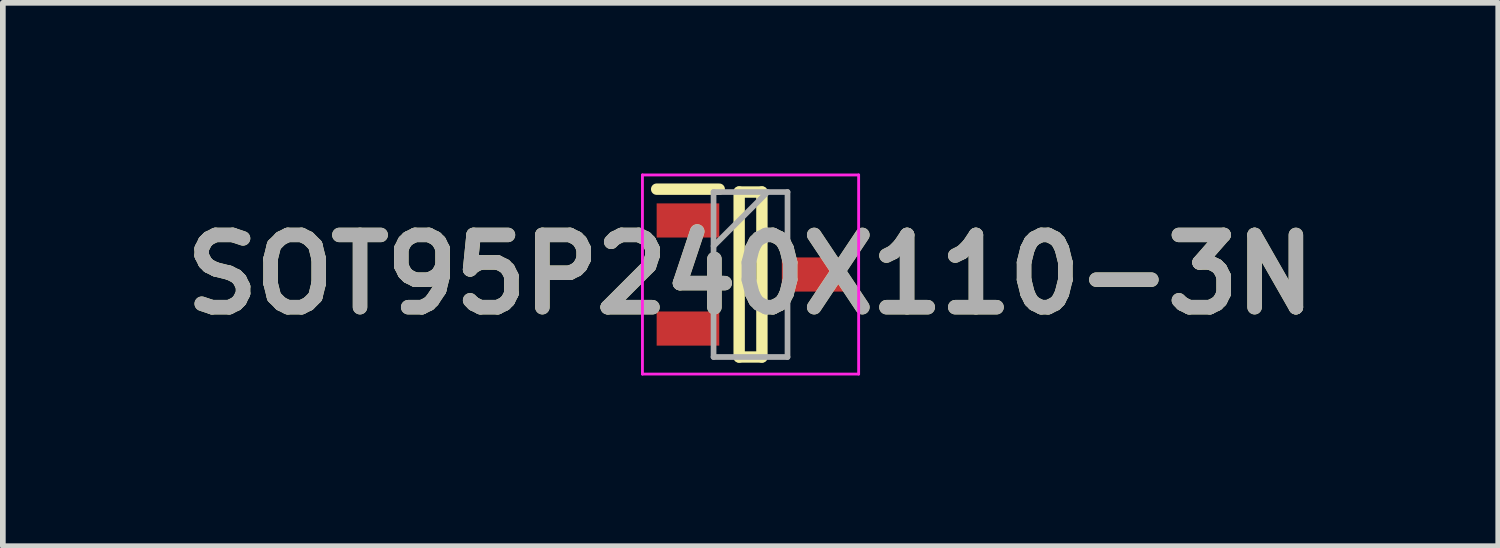
<source format=kicad_pcb>
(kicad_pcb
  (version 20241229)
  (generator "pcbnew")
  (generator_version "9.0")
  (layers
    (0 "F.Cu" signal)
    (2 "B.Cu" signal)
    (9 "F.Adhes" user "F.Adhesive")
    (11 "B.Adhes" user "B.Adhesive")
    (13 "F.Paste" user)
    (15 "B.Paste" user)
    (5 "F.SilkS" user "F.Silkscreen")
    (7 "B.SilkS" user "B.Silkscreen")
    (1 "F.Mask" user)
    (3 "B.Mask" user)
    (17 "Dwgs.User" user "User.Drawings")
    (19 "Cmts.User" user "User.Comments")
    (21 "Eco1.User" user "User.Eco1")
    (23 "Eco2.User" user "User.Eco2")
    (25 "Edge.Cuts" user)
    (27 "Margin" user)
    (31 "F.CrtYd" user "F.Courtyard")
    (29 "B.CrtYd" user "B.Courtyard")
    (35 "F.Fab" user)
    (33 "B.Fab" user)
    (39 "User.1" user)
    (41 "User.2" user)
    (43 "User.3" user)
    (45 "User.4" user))
  (footprint "SOT95P240X110-3N"
    (layer "F.Cu")
    (at 10.142 1.775)
    (property "Reference" "SOT95P240X110-3N" (at 0 0 0) (layer "F.SilkS") (effects (font (size 1.27 1.27) (thickness 0.254))))
    (attr smd)
    (fp_line (start -1.65 -1.5) (end -0.55 -1.5) (stroke (width 0.2) (type solid)) (layer "F.SilkS"))
    (fp_line (start -0.2 -1.45) (end 0.2 -1.45) (stroke (width 0.2) (type solid)) (layer "F.SilkS"))
    (fp_line (start -0.2 1.45) (end -0.2 -1.45) (stroke (width 0.2) (type solid)) (layer "F.SilkS"))
    (fp_line (start 0.2 -1.45) (end 0.2 1.45) (stroke (width 0.2) (type solid)) (layer "F.SilkS"))
    (fp_line (start 0.2 1.45) (end -0.2 1.45) (stroke (width 0.2) (type solid)) (layer "F.SilkS"))
    (fp_line (start -1.9 -1.75) (end 1.9 -1.75) (stroke (width 0.05) (type solid)) (layer "F.CrtYd"))
    (fp_line (start -1.9 1.75) (end -1.9 -1.75) (stroke (width 0.05) (type solid)) (layer "F.CrtYd"))
    (fp_line (start 1.9 -1.75) (end 1.9 1.75) (stroke (width 0.05) (type solid)) (layer "F.CrtYd"))
    (fp_line (start 1.9 1.75) (end -1.9 1.75) (stroke (width 0.05) (type solid)) (layer "F.CrtYd"))
    (fp_line (start -0.65 -1.45) (end 0.65 -1.45) (stroke (width 0.1) (type solid)) (layer "F.Fab"))
    (fp_line (start -0.65 -0.5) (end 0.3 -1.45) (stroke (width 0.1) (type solid)) (layer "F.Fab"))
    (fp_line (start -0.65 1.45) (end -0.65 -1.45) (stroke (width 0.1) (type solid)) (layer "F.Fab"))
    (fp_line (start 0.65 -1.45) (end 0.65 1.45) (stroke (width 0.1) (type solid)) (layer "F.Fab"))
    (fp_line (start 0.65 1.45) (end -0.65 1.45) (stroke (width 0.1) (type solid)) (layer "F.Fab"))
    (fp_text user "${REFERENCE}" (at 0 0 0) (layer "F.Fab") (effects (font (size 1.27 1.27) (thickness 0.254))))
    (pad "1" smd rect (at -1.1 -0.95 90) (size 0.6 1.1) (layers "F.Cu" "F.Mask" "F.Paste"))
    (pad "2" smd rect (at -1.1 0.95 90) (size 0.6 1.1) (layers "F.Cu" "F.Mask" "F.Paste"))
    (pad "3" smd rect (at 1.1 0 90) (size 0.6 1.1) (layers "F.Cu" "F.Mask" "F.Paste")))
  (gr_rect
    (start -3 -3)
    (end 23.284 6.55)
    (stroke (width 0.1) (type default))
    (fill no)
    (layer "Edge.Cuts")))
</source>
